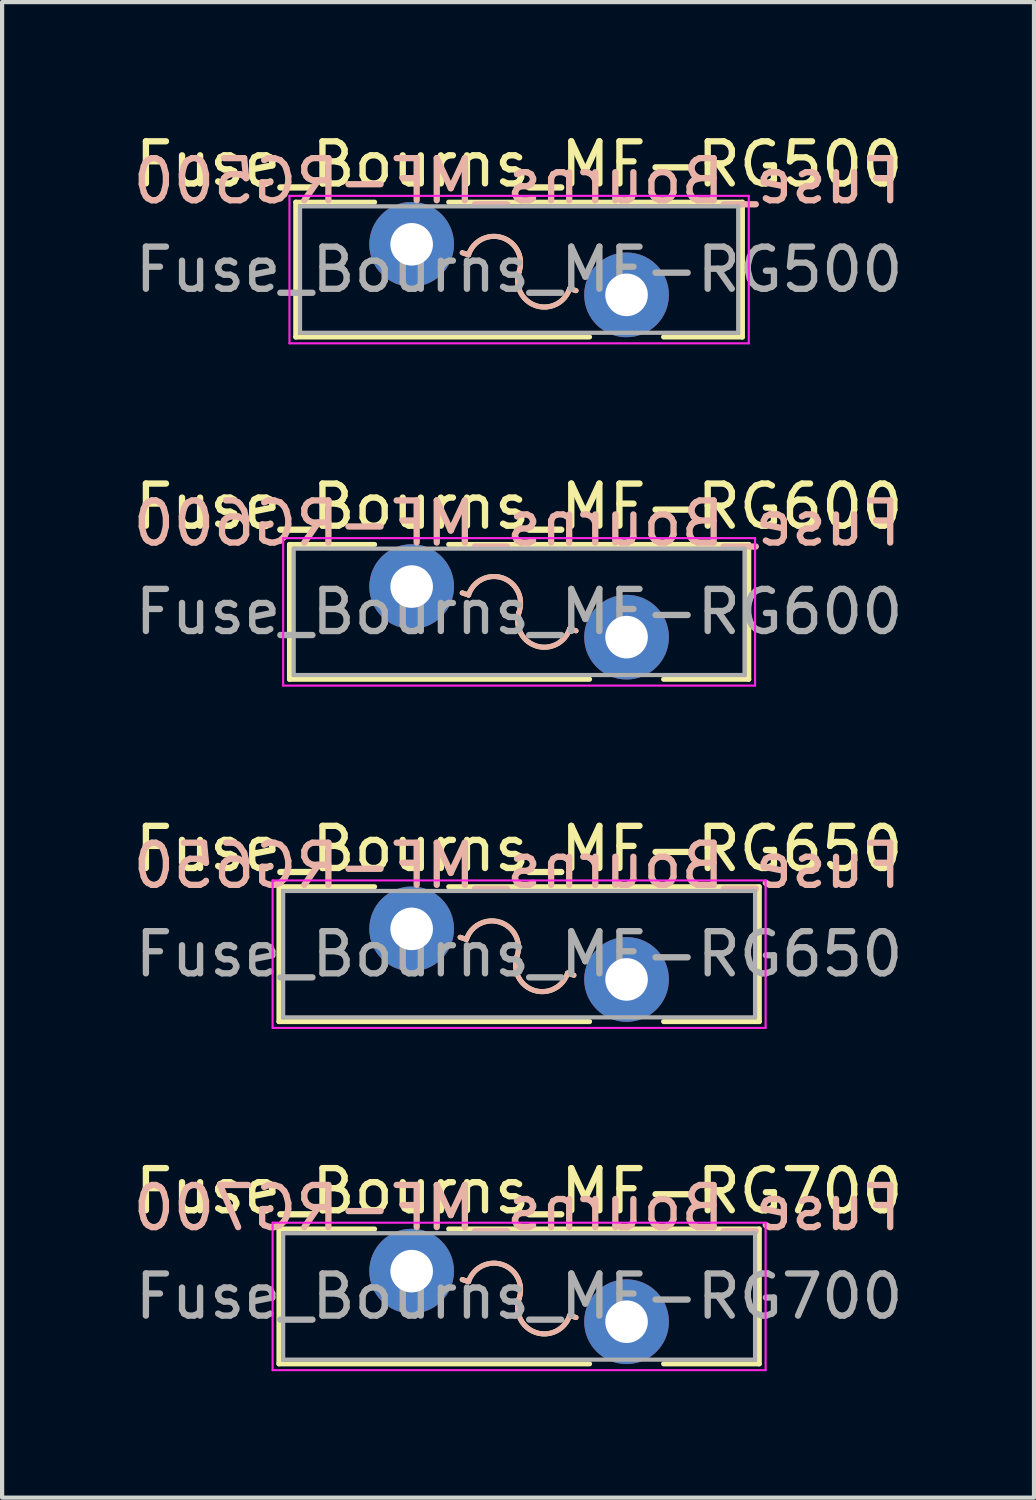
<source format=kicad_pcb>
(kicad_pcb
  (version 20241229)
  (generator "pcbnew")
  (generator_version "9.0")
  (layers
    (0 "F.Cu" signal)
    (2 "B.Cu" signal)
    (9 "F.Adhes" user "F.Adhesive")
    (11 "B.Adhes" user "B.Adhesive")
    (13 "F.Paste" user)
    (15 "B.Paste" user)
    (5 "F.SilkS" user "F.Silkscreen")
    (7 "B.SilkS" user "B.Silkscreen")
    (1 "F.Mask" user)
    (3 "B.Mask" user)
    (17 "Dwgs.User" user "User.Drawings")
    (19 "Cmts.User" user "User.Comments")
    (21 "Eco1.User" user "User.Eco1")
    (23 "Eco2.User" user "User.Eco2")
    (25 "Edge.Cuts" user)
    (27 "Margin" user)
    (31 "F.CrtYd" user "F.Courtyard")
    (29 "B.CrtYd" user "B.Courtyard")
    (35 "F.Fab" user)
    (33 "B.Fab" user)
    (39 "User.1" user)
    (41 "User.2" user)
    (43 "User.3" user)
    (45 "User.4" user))
  (footprint "Fuse_Bourns_MF-RG500"
    (layer "F.Cu")
    (at 6.72 2.748)
    (property "Reference" "Fuse_Bourns_MF-RG500" (at 2.55 -1.9 0) (layer "F.SilkS") (effects (font (size 1 1) (thickness 0.15))))
    (fp_line (start -2.751 -1) (end -2.751 2.2) (stroke (width 0.12) (type solid)) (layer "F.SilkS"))
    (fp_line (start -2.751 -1) (end -0.879 -1) (stroke (width 0.12) (type solid)) (layer "F.SilkS"))
    (fp_line (start -2.751 2.2) (end 4.222 2.2) (stroke (width 0.12) (type solid)) (layer "F.SilkS"))
    (fp_line (start 0.879 -1) (end 7.85 -1) (stroke (width 0.12) (type solid)) (layer "F.SilkS"))
    (fp_line (start 1.2 0.2) (end 1.35 0.25) (stroke (width 0.12) (type solid)) (layer "F.SilkS"))
    (fp_line (start 3.75 1.05) (end 3.9 1.1) (stroke (width 0.12) (type solid)) (layer "F.SilkS"))
    (fp_line (start 5.979 2.2) (end 7.85 2.2) (stroke (width 0.12) (type solid)) (layer "F.SilkS"))
    (fp_line (start 7.85 -1) (end 7.85 2.2) (stroke (width 0.12) (type solid)) (layer "F.SilkS"))
    (fp_arc (start 1.350003 0.250002) (mid 2.150001 -0.149998) (end 2.550001 0.65) (stroke (width 0.12) (type solid)) (layer "F.SilkS"))
    (fp_arc (start 3.749999 1.049998) (mid 2.950001 1.449998) (end 2.550001 0.65) (stroke (width 0.12) (type solid)) (layer "F.SilkS"))
    (fp_line (start 1.2 0.2) (end 1.35 0.25) (stroke (width 0.12) (type solid)) (layer "B.SilkS"))
    (fp_line (start 3.75 1.05) (end 3.9 1.1) (stroke (width 0.12) (type solid)) (layer "B.SilkS"))
    (fp_arc (start 1.350003 0.250002) (mid 2.150001 -0.149998) (end 2.550001 0.65) (stroke (width 0.12) (type solid)) (layer "B.SilkS"))
    (fp_arc (start 3.749999 1.049998) (mid 2.950001 1.449998) (end 2.550001 0.65) (stroke (width 0.12) (type solid)) (layer "B.SilkS"))
    (fp_line (start -2.9 -1.15) (end -2.9 2.35) (stroke (width 0.05) (type solid)) (layer "F.CrtYd"))
    (fp_line (start -2.9 2.35) (end 8 2.35) (stroke (width 0.05) (type solid)) (layer "F.CrtYd"))
    (fp_line (start 8 -1.15) (end -2.9 -1.15) (stroke (width 0.05) (type solid)) (layer "F.CrtYd"))
    (fp_line (start 8 2.35) (end 8 -1.15) (stroke (width 0.05) (type solid)) (layer "F.CrtYd"))
    (fp_line (start -2.65 -0.9) (end -2.65 2.1) (stroke (width 0.1) (type solid)) (layer "F.Fab"))
    (fp_line (start -2.65 2.1) (end 7.75 2.1) (stroke (width 0.1) (type solid)) (layer "F.Fab"))
    (fp_line (start 7.75 -0.9) (end -2.65 -0.9) (stroke (width 0.1) (type solid)) (layer "F.Fab"))
    (fp_line (start 7.75 2.1) (end 7.75 -0.9) (stroke (width 0.1) (type solid)) (layer "F.Fab"))
    (fp_text user "${REFERENCE}" (at 2.5 -1.5 0) (layer "B.SilkS") (effects (font (size 1 1) (thickness 0.15)) (justify mirror)))
    (fp_text user "${REFERENCE}" (at 2.55 0.6 0) (layer "F.Fab") (effects (font (size 1 1) (thickness 0.15))))
    (pad "1" thru_hole circle (at 0 0) (size 2.01 2.01) (drill 1.01) (layers "*.Cu" "*.Mask"))
    (pad "2" thru_hole circle (at 5.1 1.2) (size 2.01 2.01) (drill 1.01) (layers "*.Cu" "*.Mask")))
  (footprint "Fuse_Bourns_MF-RG700"
    (layer "F.Cu")
    (at 6.72 27.118)
    (property "Reference" "Fuse_Bourns_MF-RG700" (at 2.55 -1.9 0) (layer "F.SilkS") (effects (font (size 1 1) (thickness 0.15))))
    (fp_line (start -3.15 -1) (end -3.15 2.2) (stroke (width 0.12) (type solid)) (layer "F.SilkS"))
    (fp_line (start -3.15 -1) (end -0.879 -1) (stroke (width 0.12) (type solid)) (layer "F.SilkS"))
    (fp_line (start -3.15 2.2) (end 4.222 2.2) (stroke (width 0.12) (type solid)) (layer "F.SilkS"))
    (fp_line (start 0.879 -1) (end 8.25 -1) (stroke (width 0.12) (type solid)) (layer "F.SilkS"))
    (fp_line (start 1.2 0.2) (end 1.35 0.25) (stroke (width 0.12) (type solid)) (layer "F.SilkS"))
    (fp_line (start 3.75 1.05) (end 3.9 1.1) (stroke (width 0.12) (type solid)) (layer "F.SilkS"))
    (fp_line (start 5.979 2.2) (end 8.25 2.2) (stroke (width 0.12) (type solid)) (layer "F.SilkS"))
    (fp_line (start 8.25 -1) (end 8.25 2.2) (stroke (width 0.12) (type solid)) (layer "F.SilkS"))
    (fp_arc (start 1.350003 0.250002) (mid 2.150001 -0.149998) (end 2.550001 0.65) (stroke (width 0.12) (type solid)) (layer "F.SilkS"))
    (fp_arc (start 3.749999 1.049998) (mid 2.950001 1.449998) (end 2.550001 0.65) (stroke (width 0.12) (type solid)) (layer "F.SilkS"))
    (fp_line (start 1.2 0.2) (end 1.35 0.25) (stroke (width 0.12) (type solid)) (layer "B.SilkS"))
    (fp_line (start 3.75 1.05) (end 3.9 1.1) (stroke (width 0.12) (type solid)) (layer "B.SilkS"))
    (fp_arc (start 1.350003 0.250002) (mid 2.150001 -0.149998) (end 2.550001 0.65) (stroke (width 0.12) (type solid)) (layer "B.SilkS"))
    (fp_arc (start 3.749999 1.049998) (mid 2.950001 1.449998) (end 2.550001 0.65) (stroke (width 0.12) (type solid)) (layer "B.SilkS"))
    (fp_line (start -3.3 -1.15) (end -3.3 2.35) (stroke (width 0.05) (type solid)) (layer "F.CrtYd"))
    (fp_line (start -3.3 2.35) (end 8.4 2.35) (stroke (width 0.05) (type solid)) (layer "F.CrtYd"))
    (fp_line (start 8.4 -1.15) (end -3.3 -1.15) (stroke (width 0.05) (type solid)) (layer "F.CrtYd"))
    (fp_line (start 8.4 2.35) (end 8.4 -1.15) (stroke (width 0.05) (type solid)) (layer "F.CrtYd"))
    (fp_line (start -3.05 -0.9) (end -3.05 2.1) (stroke (width 0.1) (type solid)) (layer "F.Fab"))
    (fp_line (start -3.05 2.1) (end 8.15 2.1) (stroke (width 0.1) (type solid)) (layer "F.Fab"))
    (fp_line (start 8.15 -0.9) (end -3.05 -0.9) (stroke (width 0.1) (type solid)) (layer "F.Fab"))
    (fp_line (start 8.15 2.1) (end 8.15 -0.9) (stroke (width 0.1) (type solid)) (layer "F.Fab"))
    (fp_text user "${REFERENCE}" (at 2.5 -1.5 0) (layer "B.SilkS") (effects (font (size 1 1) (thickness 0.15)) (justify mirror)))
    (fp_text user "${REFERENCE}" (at 2.55 0.6 0) (layer "F.Fab") (effects (font (size 1 1) (thickness 0.15))))
    (pad "1" thru_hole circle (at 0 0) (size 2.01 2.01) (drill 1.01) (layers "*.Cu" "*.Mask"))
    (pad "2" thru_hole circle (at 5.1 1.2) (size 2.01 2.01) (drill 1.01) (layers "*.Cu" "*.Mask")))
  (footprint "Fuse_Bourns_MF-RG650"
    (layer "F.Cu")
    (at 6.72 18.995)
    (property "Reference" "Fuse_Bourns_MF-RG650" (at 2.55 -1.9 0) (layer "F.SilkS") (effects (font (size 1 1) (thickness 0.15))))
    (fp_line (start -3.15 -1) (end -3.15 2.2) (stroke (width 0.12) (type solid)) (layer "F.SilkS"))
    (fp_line (start -3.15 -1) (end -0.879 -1) (stroke (width 0.12) (type solid)) (layer "F.SilkS"))
    (fp_line (start -3.15 2.2) (end 4.222 2.2) (stroke (width 0.12) (type solid)) (layer "F.SilkS"))
    (fp_line (start 0.879 -1) (end 8.25 -1) (stroke (width 0.12) (type solid)) (layer "F.SilkS"))
    (fp_line (start 1.15 0.2) (end 1.3 0.25) (stroke (width 0.12) (type solid)) (layer "F.SilkS"))
    (fp_line (start 3.7 1.05) (end 3.85 1.1) (stroke (width 0.12) (type solid)) (layer "F.SilkS"))
    (fp_line (start 5.979 2.2) (end 8.25 2.2) (stroke (width 0.12) (type solid)) (layer "F.SilkS"))
    (fp_line (start 8.25 -1) (end 8.25 2.2) (stroke (width 0.12) (type solid)) (layer "F.SilkS"))
    (fp_arc (start 1.300003 0.250002) (mid 2.100001 -0.149998) (end 2.500001 0.65) (stroke (width 0.12) (type solid)) (layer "F.SilkS"))
    (fp_arc (start 3.699999 1.049998) (mid 2.900001 1.449998) (end 2.500001 0.65) (stroke (width 0.12) (type solid)) (layer "F.SilkS"))
    (fp_line (start 1.15 0.2) (end 1.3 0.25) (stroke (width 0.12) (type solid)) (layer "B.SilkS"))
    (fp_line (start 3.7 1.05) (end 3.85 1.1) (stroke (width 0.12) (type solid)) (layer "B.SilkS"))
    (fp_arc (start 1.300003 0.250002) (mid 2.100001 -0.149998) (end 2.500001 0.65) (stroke (width 0.12) (type solid)) (layer "B.SilkS"))
    (fp_arc (start 3.699999 1.049998) (mid 2.900001 1.449998) (end 2.500001 0.65) (stroke (width 0.12) (type solid)) (layer "B.SilkS"))
    (fp_line (start -3.3 -1.15) (end -3.3 2.35) (stroke (width 0.05) (type solid)) (layer "F.CrtYd"))
    (fp_line (start -3.3 2.35) (end 8.4 2.35) (stroke (width 0.05) (type solid)) (layer "F.CrtYd"))
    (fp_line (start 8.4 -1.15) (end -3.3 -1.15) (stroke (width 0.05) (type solid)) (layer "F.CrtYd"))
    (fp_line (start 8.4 2.35) (end 8.4 -1.15) (stroke (width 0.05) (type solid)) (layer "F.CrtYd"))
    (fp_line (start -3.05 -0.9) (end -3.05 2.1) (stroke (width 0.1) (type solid)) (layer "F.Fab"))
    (fp_line (start -3.05 2.1) (end 8.15 2.1) (stroke (width 0.1) (type solid)) (layer "F.Fab"))
    (fp_line (start 8.15 -0.9) (end -3.05 -0.9) (stroke (width 0.1) (type solid)) (layer "F.Fab"))
    (fp_line (start 8.15 2.1) (end 8.15 -0.9) (stroke (width 0.1) (type solid)) (layer "F.Fab"))
    (fp_text user "${REFERENCE}" (at 2.5 -1.5 0) (layer "B.SilkS") (effects (font (size 1 1) (thickness 0.15)) (justify mirror)))
    (fp_text user "${REFERENCE}" (at 2.55 0.6 0) (layer "F.Fab") (effects (font (size 1 1) (thickness 0.15))))
    (pad "1" thru_hole circle (at 0 0) (size 2.01 2.01) (drill 1.01) (layers "*.Cu" "*.Mask"))
    (pad "2" thru_hole circle (at 5.1 1.2) (size 2.01 2.01) (drill 1.01) (layers "*.Cu" "*.Mask")))
  (footprint "Fuse_Bourns_MF-RG600"
    (layer "F.Cu")
    (at 6.72 10.871)
    (property "Reference" "Fuse_Bourns_MF-RG600" (at 2.55 -1.9 0) (layer "F.SilkS") (effects (font (size 1 1) (thickness 0.15))))
    (fp_line (start -2.9 -1) (end -2.9 2.2) (stroke (width 0.12) (type solid)) (layer "F.SilkS"))
    (fp_line (start -2.9 -1) (end -0.879 -1) (stroke (width 0.12) (type solid)) (layer "F.SilkS"))
    (fp_line (start -2.9 2.2) (end 4.222 2.2) (stroke (width 0.12) (type solid)) (layer "F.SilkS"))
    (fp_line (start 0.879 -1) (end 8 -1) (stroke (width 0.12) (type solid)) (layer "F.SilkS"))
    (fp_line (start 1.2 0.15) (end 1.35 0.2) (stroke (width 0.12) (type solid)) (layer "F.SilkS"))
    (fp_line (start 3.75 1) (end 3.9 1.05) (stroke (width 0.12) (type solid)) (layer "F.SilkS"))
    (fp_line (start 5.979 2.2) (end 8 2.2) (stroke (width 0.12) (type solid)) (layer "F.SilkS"))
    (fp_line (start 8 -1) (end 8 2.2) (stroke (width 0.12) (type solid)) (layer "F.SilkS"))
    (fp_arc (start 1.350003 0.200002) (mid 2.150001 -0.199998) (end 2.550001 0.6) (stroke (width 0.12) (type solid)) (layer "F.SilkS"))
    (fp_arc (start 3.749999 0.999998) (mid 2.950001 1.399998) (end 2.550001 0.6) (stroke (width 0.12) (type solid)) (layer "F.SilkS"))
    (fp_line (start 1.2 0.15) (end 1.35 0.2) (stroke (width 0.12) (type solid)) (layer "B.SilkS"))
    (fp_line (start 3.75 1) (end 3.9 1.05) (stroke (width 0.12) (type solid)) (layer "B.SilkS"))
    (fp_arc (start 1.350003 0.200002) (mid 2.150001 -0.199998) (end 2.550001 0.6) (stroke (width 0.12) (type solid)) (layer "B.SilkS"))
    (fp_arc (start 3.749999 0.999998) (mid 2.950001 1.399998) (end 2.550001 0.6) (stroke (width 0.12) (type solid)) (layer "B.SilkS"))
    (fp_line (start -3.05 -1.15) (end -3.05 2.35) (stroke (width 0.05) (type solid)) (layer "F.CrtYd"))
    (fp_line (start -3.05 2.35) (end 8.15 2.35) (stroke (width 0.05) (type solid)) (layer "F.CrtYd"))
    (fp_line (start 8.15 -1.15) (end -3.05 -1.15) (stroke (width 0.05) (type solid)) (layer "F.CrtYd"))
    (fp_line (start 8.15 2.35) (end 8.15 -1.15) (stroke (width 0.05) (type solid)) (layer "F.CrtYd"))
    (fp_line (start -2.8 -0.9) (end -2.8 2.1) (stroke (width 0.1) (type solid)) (layer "F.Fab"))
    (fp_line (start -2.8 2.1) (end 7.9 2.1) (stroke (width 0.1) (type solid)) (layer "F.Fab"))
    (fp_line (start 7.9 -0.9) (end -2.8 -0.9) (stroke (width 0.1) (type solid)) (layer "F.Fab"))
    (fp_line (start 7.9 2.1) (end 7.9 -0.9) (stroke (width 0.1) (type solid)) (layer "F.Fab"))
    (fp_text user "${REFERENCE}" (at 2.5 -1.5 0) (layer "B.SilkS") (effects (font (size 1 1) (thickness 0.15)) (justify mirror)))
    (fp_text user "${REFERENCE}" (at 2.55 0.6 0) (layer "F.Fab") (effects (font (size 1 1) (thickness 0.15))))
    (pad "1" thru_hole circle (at 0 0) (size 2.01 2.01) (drill 1.01) (layers "*.Cu" "*.Mask"))
    (pad "2" thru_hole circle (at 5.1 1.2) (size 2.01 2.01) (drill 1.01) (layers "*.Cu" "*.Mask")))
  (gr_rect
    (start -3 -3)
    (end 21.49 32.493)
    (stroke (width 0.1) (type default))
    (fill no)
    (layer "Edge.Cuts")))
</source>
